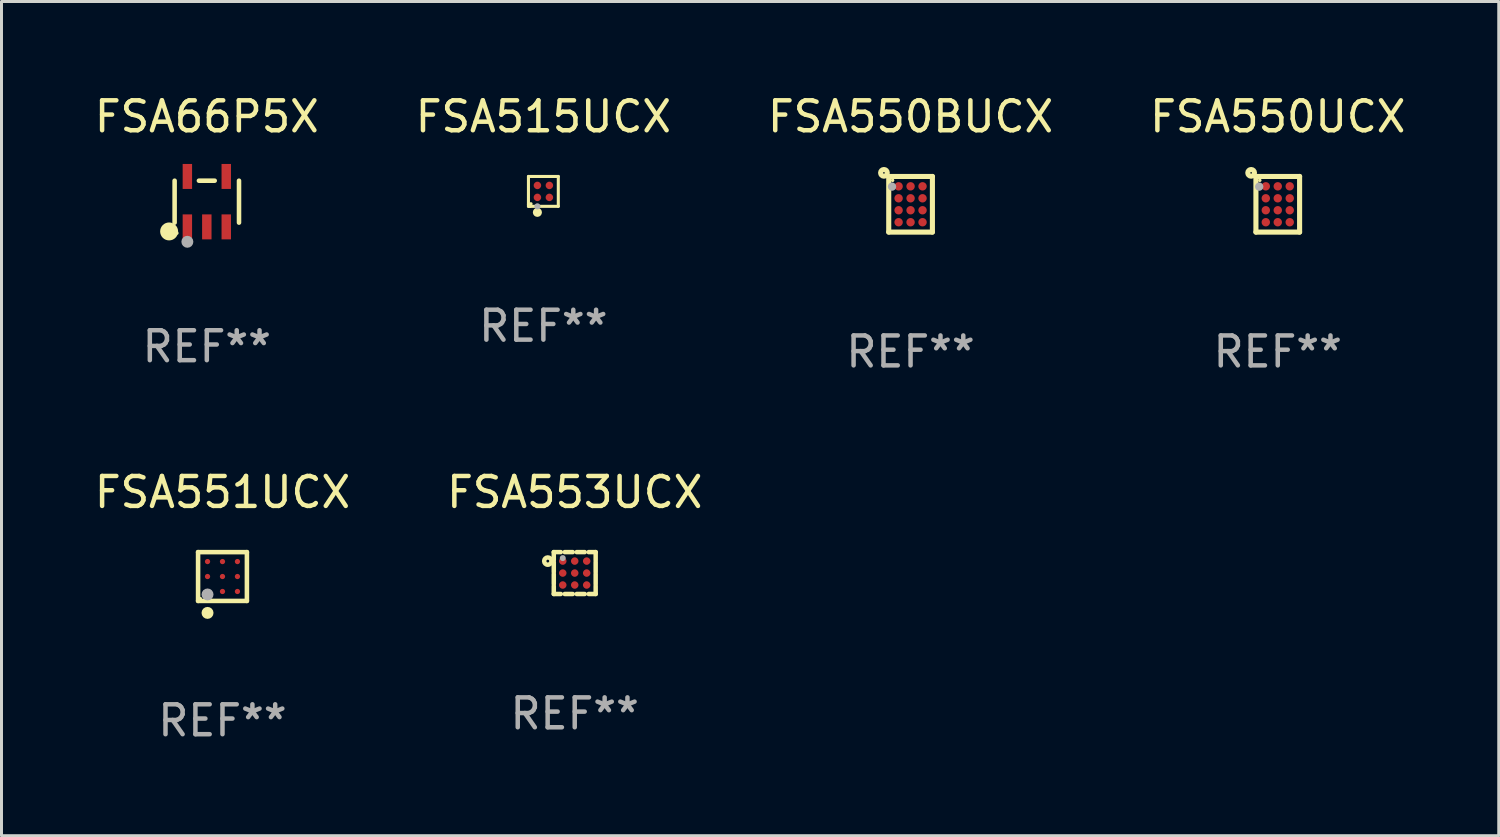
<source format=kicad_pcb>
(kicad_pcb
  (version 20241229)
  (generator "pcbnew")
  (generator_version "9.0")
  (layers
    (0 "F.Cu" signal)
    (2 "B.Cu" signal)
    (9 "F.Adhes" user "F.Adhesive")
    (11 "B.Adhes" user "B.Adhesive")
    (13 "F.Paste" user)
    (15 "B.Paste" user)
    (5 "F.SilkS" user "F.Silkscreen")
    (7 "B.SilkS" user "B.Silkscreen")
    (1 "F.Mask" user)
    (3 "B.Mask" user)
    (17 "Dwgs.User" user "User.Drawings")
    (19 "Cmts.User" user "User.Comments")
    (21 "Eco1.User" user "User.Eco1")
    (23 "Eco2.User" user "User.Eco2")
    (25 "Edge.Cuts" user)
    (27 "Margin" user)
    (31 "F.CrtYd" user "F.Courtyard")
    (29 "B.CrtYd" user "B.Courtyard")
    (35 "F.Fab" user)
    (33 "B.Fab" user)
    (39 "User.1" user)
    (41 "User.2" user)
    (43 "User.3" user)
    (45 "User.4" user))
  (footprint "FSA66P5X"
    (layer "F.Cu")
    (at 3.863 3.691)
    (property "Reference" "FSA66P5X" (at 0 -2.843 0) (layer "F.SilkS") (effects (font (size 1 1) (thickness 0.15))))
    (attr through_hole)
    (fp_line (start -1.076 0.701) (end -1.076 -0.701) (stroke (width 0.152) (type solid)) (layer "F.SilkS"))
    (fp_line (start 0.264 -0.701) (end -0.264 -0.701) (stroke (width 0.152) (type solid)) (layer "F.SilkS"))
    (fp_line (start 1.076 0.701) (end 1.076 -0.701) (stroke (width 0.152) (type solid)) (layer "F.SilkS"))
    (fp_circle (center -1.26 0.995) (end -1.11 0.995) (stroke (width 0.3) (type solid)) (fill no) (layer "F.SilkS"))
    (fp_circle (center -1 1.05) (end -0.97 1.05) (stroke (width 0.06) (type solid)) (fill no) (layer "F.SilkS"))
    (fp_circle (center -0.65 1.341) (end -0.55 1.341) (stroke (width 0.2) (type solid)) (fill no) (layer "F.Fab"))
    (fp_text user "REF**" (at 0 4.843 0) (layer "F.Fab") (effects (font (size 1 1) (thickness 0.15))))
    (pad "1" smd rect (at -0.65 0.843) (size 0.315 0.835) (layers "F.Cu" "F.Mask" "F.Paste"))
    (pad "2" smd rect (at 0.00014 0.843) (size 0.315 0.835) (layers "F.Cu" "F.Mask" "F.Paste"))
    (pad "3" smd rect (at 0.65 0.843) (size 0.315 0.835) (layers "F.Cu" "F.Mask" "F.Paste"))
    (pad "4" smd rect (at 0.65 -0.843) (size 0.315 0.835) (layers "F.Cu" "F.Mask" "F.Paste"))
    (pad "5" smd rect (at -0.65 -0.843) (size 0.315 0.835) (layers "F.Cu" "F.Mask" "F.Paste")))
  (footprint "FSA550UCX"
    (layer "F.Cu")
    (at 39.661 3.778)
    (property "Reference" "FSA550UCX" (at 0 -2.93 0) (layer "F.SilkS") (effects (font (size 1 1) (thickness 0.15))))
    (attr through_hole)
    (fp_line (start -0.73 -0.929) (end 0.73 -0.93) (stroke (width 0.17) (type solid)) (layer "F.SilkS"))
    (fp_line (start -0.73 0.93) (end -0.73 -0.929) (stroke (width 0.17) (type solid)) (layer "F.SilkS"))
    (fp_line (start 0.73 -0.93) (end 0.73 0.93) (stroke (width 0.17) (type solid)) (layer "F.SilkS"))
    (fp_line (start 0.73 0.93) (end -0.73 0.93) (stroke (width 0.17) (type solid)) (layer "F.SilkS"))
    (fp_circle (center -0.89 -1.05) (end -0.778 -1.05) (stroke (width 0.17) (type solid)) (fill no) (layer "F.SilkS"))
    (fp_circle (center -0.6 -0.8) (end -0.57 -0.8) (stroke (width 0.06) (type solid)) (fill no) (layer "F.SilkS"))
    (fp_circle (center -0.62 -0.59) (end -0.55 -0.59) (stroke (width 0.14) (type solid)) (fill no) (layer "F.Fab"))
    (fp_text user "REF**" (at 0 4.93 0) (layer "F.Fab") (effects (font (size 1 1) (thickness 0.15))))
    (pad "A1" smd circle (at -0.4 -0.6) (size 0.28 0.28) (layers "F.Cu" "F.Mask" "F.Paste"))
    (pad "A2" smd circle (at 0.000102 -0.6) (size 0.28 0.28) (layers "F.Cu" "F.Mask" "F.Paste"))
    (pad "A3" smd circle (at 0.4 -0.6) (size 0.28 0.28) (layers "F.Cu" "F.Mask" "F.Paste"))
    (pad "B1" smd circle (at -0.4 -0.2) (size 0.28 0.28) (layers "F.Cu" "F.Mask" "F.Paste"))
    (pad "B2" smd circle (at 0.000102 -0.2) (size 0.28 0.28) (layers "F.Cu" "F.Mask" "F.Paste"))
    (pad "B3" smd circle (at 0.4 -0.2) (size 0.28 0.28) (layers "F.Cu" "F.Mask" "F.Paste"))
    (pad "C1" smd circle (at -0.4 0.2) (size 0.28 0.28) (layers "F.Cu" "F.Mask" "F.Paste"))
    (pad "C2" smd circle (at 0.000102 0.2) (size 0.28 0.28) (layers "F.Cu" "F.Mask" "F.Paste"))
    (pad "C3" smd circle (at 0.4 0.2) (size 0.28 0.28) (layers "F.Cu" "F.Mask" "F.Paste"))
    (pad "D1" smd circle (at -0.4 0.6) (size 0.28 0.28) (layers "F.Cu" "F.Mask" "F.Paste"))
    (pad "D2" smd circle (at 0.000102 0.6) (size 0.28 0.28) (layers "F.Cu" "F.Mask" "F.Paste"))
    (pad "D3" smd circle (at 0.4 0.6) (size 0.28 0.28) (layers "F.Cu" "F.Mask" "F.Paste")))
  (footprint "FSA553UCX"
    (layer "F.Cu")
    (at 16.161 16.105)
    (property "Reference" "FSA553UCX" (at 0 -2.7 0) (layer "F.SilkS") (effects (font (size 1 1) (thickness 0.15))))
    (attr through_hole)
    (fp_line (start -0.7 -0.7) (end -0.7 -0.433) (stroke (width 0.15) (type solid)) (layer "F.SilkS"))
    (fp_line (start -0.7 -0.367) (end -0.7 -0.033) (stroke (width 0.15) (type solid)) (layer "F.SilkS"))
    (fp_line (start -0.7 0.033) (end -0.7 0.367) (stroke (width 0.15) (type solid)) (layer "F.SilkS"))
    (fp_line (start -0.7 0.433) (end -0.7 0.7) (stroke (width 0.15) (type solid)) (layer "F.SilkS"))
    (fp_line (start -0.466 -0.7) (end -0.7 -0.7) (stroke (width 0.15) (type solid)) (layer "F.SilkS"))
    (fp_line (start -0.466 0.7) (end -0.7 0.7) (stroke (width 0.15) (type solid)) (layer "F.SilkS"))
    (fp_line (start -0.066 -0.7) (end -0.334 -0.7) (stroke (width 0.15) (type solid)) (layer "F.SilkS"))
    (fp_line (start -0.066 0.7) (end -0.334 0.7) (stroke (width 0.15) (type solid)) (layer "F.SilkS"))
    (fp_line (start 0.334 -0.7) (end 0.066 -0.7) (stroke (width 0.15) (type solid)) (layer "F.SilkS"))
    (fp_line (start 0.334 0.7) (end 0.066 0.7) (stroke (width 0.15) (type solid)) (layer "F.SilkS"))
    (fp_line (start 0.7 -0.7) (end 0.466 -0.7) (stroke (width 0.15) (type solid)) (layer "F.SilkS"))
    (fp_line (start 0.7 -0.7) (end 0.7 -0.433) (stroke (width 0.15) (type solid)) (layer "F.SilkS"))
    (fp_line (start 0.7 -0.367) (end 0.7 -0.033) (stroke (width 0.15) (type solid)) (layer "F.SilkS"))
    (fp_line (start 0.7 0.033) (end 0.7 0.367) (stroke (width 0.15) (type solid)) (layer "F.SilkS"))
    (fp_line (start 0.7 0.433) (end 0.7 0.7) (stroke (width 0.15) (type solid)) (layer "F.SilkS"))
    (fp_line (start 0.7 0.7) (end 0.466 0.7) (stroke (width 0.15) (type solid)) (layer "F.SilkS"))
    (fp_circle (center -0.9 -0.4) (end -0.853 -0.4) (stroke (width 0.15) (type solid)) (fill no) (layer "F.SilkS"))
    (fp_circle (center -0.7 -0.7) (end -0.67 -0.7) (stroke (width 0.06) (type solid)) (fill no) (layer "F.SilkS"))
    (fp_circle (center -0.4 -0.5) (end -0.35 -0.5) (stroke (width 0.1) (type solid)) (fill no) (layer "F.Fab"))
    (fp_text user "REF**" (at 0 4.7 0) (layer "F.Fab") (effects (font (size 1 1) (thickness 0.15))))
    (pad "A1" smd circle (at -0.4 -0.4) (size 0.25 0.25) (layers "F.Cu" "F.Mask" "F.Paste"))
    (pad "A2" smd circle (at -0.000127 -0.4) (size 0.25 0.25) (layers "F.Cu" "F.Mask" "F.Paste"))
    (pad "A3" smd circle (at 0.4 -0.4) (size 0.25 0.25) (layers "F.Cu" "F.Mask" "F.Paste"))
    (pad "B1" smd circle (at -0.4 0.000178) (size 0.25 0.25) (layers "F.Cu" "F.Mask" "F.Paste"))
    (pad "B2" smd circle (at 0.000127 0.000178) (size 0.25 0.25) (layers "F.Cu" "F.Mask" "F.Paste"))
    (pad "B3" smd circle (at 0.4 0.000178) (size 0.25 0.25) (layers "F.Cu" "F.Mask" "F.Paste"))
    (pad "C1" smd circle (at -0.4 0.4) (size 0.25 0.25) (layers "F.Cu" "F.Mask" "F.Paste"))
    (pad "C2" smd circle (at -0.000127 0.4) (size 0.25 0.25) (layers "F.Cu" "F.Mask" "F.Paste"))
    (pad "C3" smd circle (at 0.4 0.4) (size 0.25 0.25) (layers "F.Cu" "F.Mask" "F.Paste")))
  (footprint "FSA515UCX"
    (layer "F.Cu")
    (at 15.113 3.348)
    (property "Reference" "FSA515UCX" (at 0 -2.5 0) (layer "F.SilkS") (effects (font (size 1 1) (thickness 0.15))))
    (attr through_hole)
    (fp_line (start -0.499 0.5) (end -0.499 0.44) (stroke (width 0.102) (type solid)) (layer "F.SilkS"))
    (fp_line (start -0.499 -0.5) (end 0.499 -0.5) (stroke (width 0.102) (type solid)) (layer "F.SilkS"))
    (fp_line (start -0.499 0.44) (end -0.499 -0.5) (stroke (width 0.102) (type solid)) (layer "F.SilkS"))
    (fp_line (start -0.44 0.499) (end -0.499 0.499) (stroke (width 0.102) (type solid)) (layer "F.SilkS"))
    (fp_line (start 0.499 -0.5) (end 0.499 0.499) (stroke (width 0.102) (type solid)) (layer "F.SilkS"))
    (fp_line (start 0.499 0.499) (end -0.44 0.499) (stroke (width 0.102) (type solid)) (layer "F.SilkS"))
    (fp_circle (center -0.417 0.417) (end -0.387 0.417) (stroke (width 0.06) (type solid)) (fill no) (layer "F.SilkS"))
    (fp_circle (center -0.2 0.7) (end -0.124 0.7) (stroke (width 0.152) (type solid)) (fill no) (layer "F.SilkS"))
    (fp_circle (center -0.2 0.5) (end -0.148 0.5) (stroke (width 0.102) (type solid)) (fill no) (layer "F.Fab"))
    (fp_text user "REF**" (at 0 4.5 0) (layer "F.Fab") (effects (font (size 1 1) (thickness 0.15))))
    (pad "A1" smd circle (at -0.199 0.2) (size 0.25 0.25) (layers "F.Cu" "F.Mask" "F.Paste"))
    (pad "A2" smd circle (at -0.199 -0.2) (size 0.25 0.25) (layers "F.Cu" "F.Mask" "F.Paste"))
    (pad "B1" smd circle (at 0.201 0.2) (size 0.25 0.25) (layers "F.Cu" "F.Mask" "F.Paste"))
    (pad "B2" smd circle (at 0.201 -0.2) (size 0.25 0.25) (layers "F.Cu" "F.Mask" "F.Paste")))
  (footprint "FSA551UCX"
    (layer "F.Cu")
    (at 4.387 16.221)
    (property "Reference" "FSA551UCX" (at 0 -2.816 0) (layer "F.SilkS") (effects (font (size 1 1) (thickness 0.15))))
    (attr through_hole)
    (fp_line (start -0.816 -0.816) (end 0.816 -0.816) (stroke (width 0.152) (type solid)) (layer "F.SilkS"))
    (fp_line (start -0.816 0.816) (end -0.816 -0.816) (stroke (width 0.152) (type solid)) (layer "F.SilkS"))
    (fp_line (start 0.816 -0.816) (end 0.816 0.816) (stroke (width 0.152) (type solid)) (layer "F.SilkS"))
    (fp_line (start 0.816 0.816) (end -0.816 0.816) (stroke (width 0.152) (type solid)) (layer "F.SilkS"))
    (fp_circle (center -0.74 0.74) (end -0.71 0.74) (stroke (width 0.06) (type solid)) (fill no) (layer "F.SilkS"))
    (fp_circle (center -0.5 1.216) (end -0.4 1.216) (stroke (width 0.2) (type solid)) (fill no) (layer "F.SilkS"))
    (fp_circle (center -0.5 0.6) (end -0.4 0.6) (stroke (width 0.2) (type solid)) (fill no) (layer "F.Fab"))
    (fp_text user "REF**" (at 0 4.816 0) (layer "F.Fab") (effects (font (size 1 1) (thickness 0.15))))
    (pad "A1" smd circle (at -0.5 0.5) (size 0.176 0.176) (layers "F.Cu" "F.Mask" "F.Paste"))
    (pad "A2" smd circle (at -0.5 0) (size 0.176 0.176) (layers "F.Cu" "F.Mask" "F.Paste"))
    (pad "A3" smd circle (at -0.5 -0.5) (size 0.176 0.176) (layers "F.Cu" "F.Mask" "F.Paste"))
    (pad "B1" smd circle (at 0 0.5) (size 0.176 0.176) (layers "F.Cu" "F.Mask" "F.Paste"))
    (pad "B2" smd circle (at 0 0) (size 0.176 0.176) (layers "F.Cu" "F.Mask" "F.Paste"))
    (pad "B3" smd circle (at 0 -0.5) (size 0.176 0.176) (layers "F.Cu" "F.Mask" "F.Paste"))
    (pad "C1" smd circle (at 0.5 0.5) (size 0.176 0.176) (layers "F.Cu" "F.Mask" "F.Paste"))
    (pad "C2" smd circle (at 0.5 0) (size 0.176 0.176) (layers "F.Cu" "F.Mask" "F.Paste"))
    (pad "C3" smd circle (at 0.5 -0.5) (size 0.176 0.176) (layers "F.Cu" "F.Mask" "F.Paste")))
  (footprint "FSA550BUCX"
    (layer "F.Cu")
    (at 27.387 3.778)
    (property "Reference" "FSA550BUCX" (at 0 -2.93 0) (layer "F.SilkS") (effects (font (size 1 1) (thickness 0.15))))
    (attr through_hole)
    (fp_line (start -0.73 -0.929) (end 0.73 -0.93) (stroke (width 0.17) (type solid)) (layer "F.SilkS"))
    (fp_line (start -0.73 0.93) (end -0.73 -0.929) (stroke (width 0.17) (type solid)) (layer "F.SilkS"))
    (fp_line (start 0.73 -0.93) (end 0.73 0.93) (stroke (width 0.17) (type solid)) (layer "F.SilkS"))
    (fp_line (start 0.73 0.93) (end -0.73 0.93) (stroke (width 0.17) (type solid)) (layer "F.SilkS"))
    (fp_circle (center -0.89 -1.05) (end -0.778 -1.05) (stroke (width 0.17) (type solid)) (fill no) (layer "F.SilkS"))
    (fp_circle (center -0.6 -0.8) (end -0.57 -0.8) (stroke (width 0.06) (type solid)) (fill no) (layer "F.SilkS"))
    (fp_circle (center -0.62 -0.59) (end -0.55 -0.59) (stroke (width 0.14) (type solid)) (fill no) (layer "F.Fab"))
    (fp_text user "REF**" (at 0 4.93 0) (layer "F.Fab") (effects (font (size 1 1) (thickness 0.15))))
    (pad "A1" smd circle (at -0.4 -0.6) (size 0.28 0.28) (layers "F.Cu" "F.Mask" "F.Paste"))
    (pad "A2" smd circle (at 0.000102 -0.6) (size 0.28 0.28) (layers "F.Cu" "F.Mask" "F.Paste"))
    (pad "A3" smd circle (at 0.4 -0.6) (size 0.28 0.28) (layers "F.Cu" "F.Mask" "F.Paste"))
    (pad "B1" smd circle (at -0.4 -0.2) (size 0.28 0.28) (layers "F.Cu" "F.Mask" "F.Paste"))
    (pad "B2" smd circle (at 0.000102 -0.2) (size 0.28 0.28) (layers "F.Cu" "F.Mask" "F.Paste"))
    (pad "B3" smd circle (at 0.4 -0.2) (size 0.28 0.28) (layers "F.Cu" "F.Mask" "F.Paste"))
    (pad "C1" smd circle (at -0.4 0.2) (size 0.28 0.28) (layers "F.Cu" "F.Mask" "F.Paste"))
    (pad "C2" smd circle (at 0.000102 0.2) (size 0.28 0.28) (layers "F.Cu" "F.Mask" "F.Paste"))
    (pad "C3" smd circle (at 0.4 0.2) (size 0.28 0.28) (layers "F.Cu" "F.Mask" "F.Paste"))
    (pad "D1" smd circle (at -0.4 0.6) (size 0.28 0.28) (layers "F.Cu" "F.Mask" "F.Paste"))
    (pad "D2" smd circle (at 0.000102 0.6) (size 0.28 0.28) (layers "F.Cu" "F.Mask" "F.Paste"))
    (pad "D3" smd circle (at 0.4 0.6) (size 0.28 0.28) (layers "F.Cu" "F.Mask" "F.Paste")))
  (gr_rect
    (start -3 -3)
    (end 47.048 24.885)
    (stroke (width 0.1) (type default))
    (fill no)
    (layer "Edge.Cuts")))
</source>
